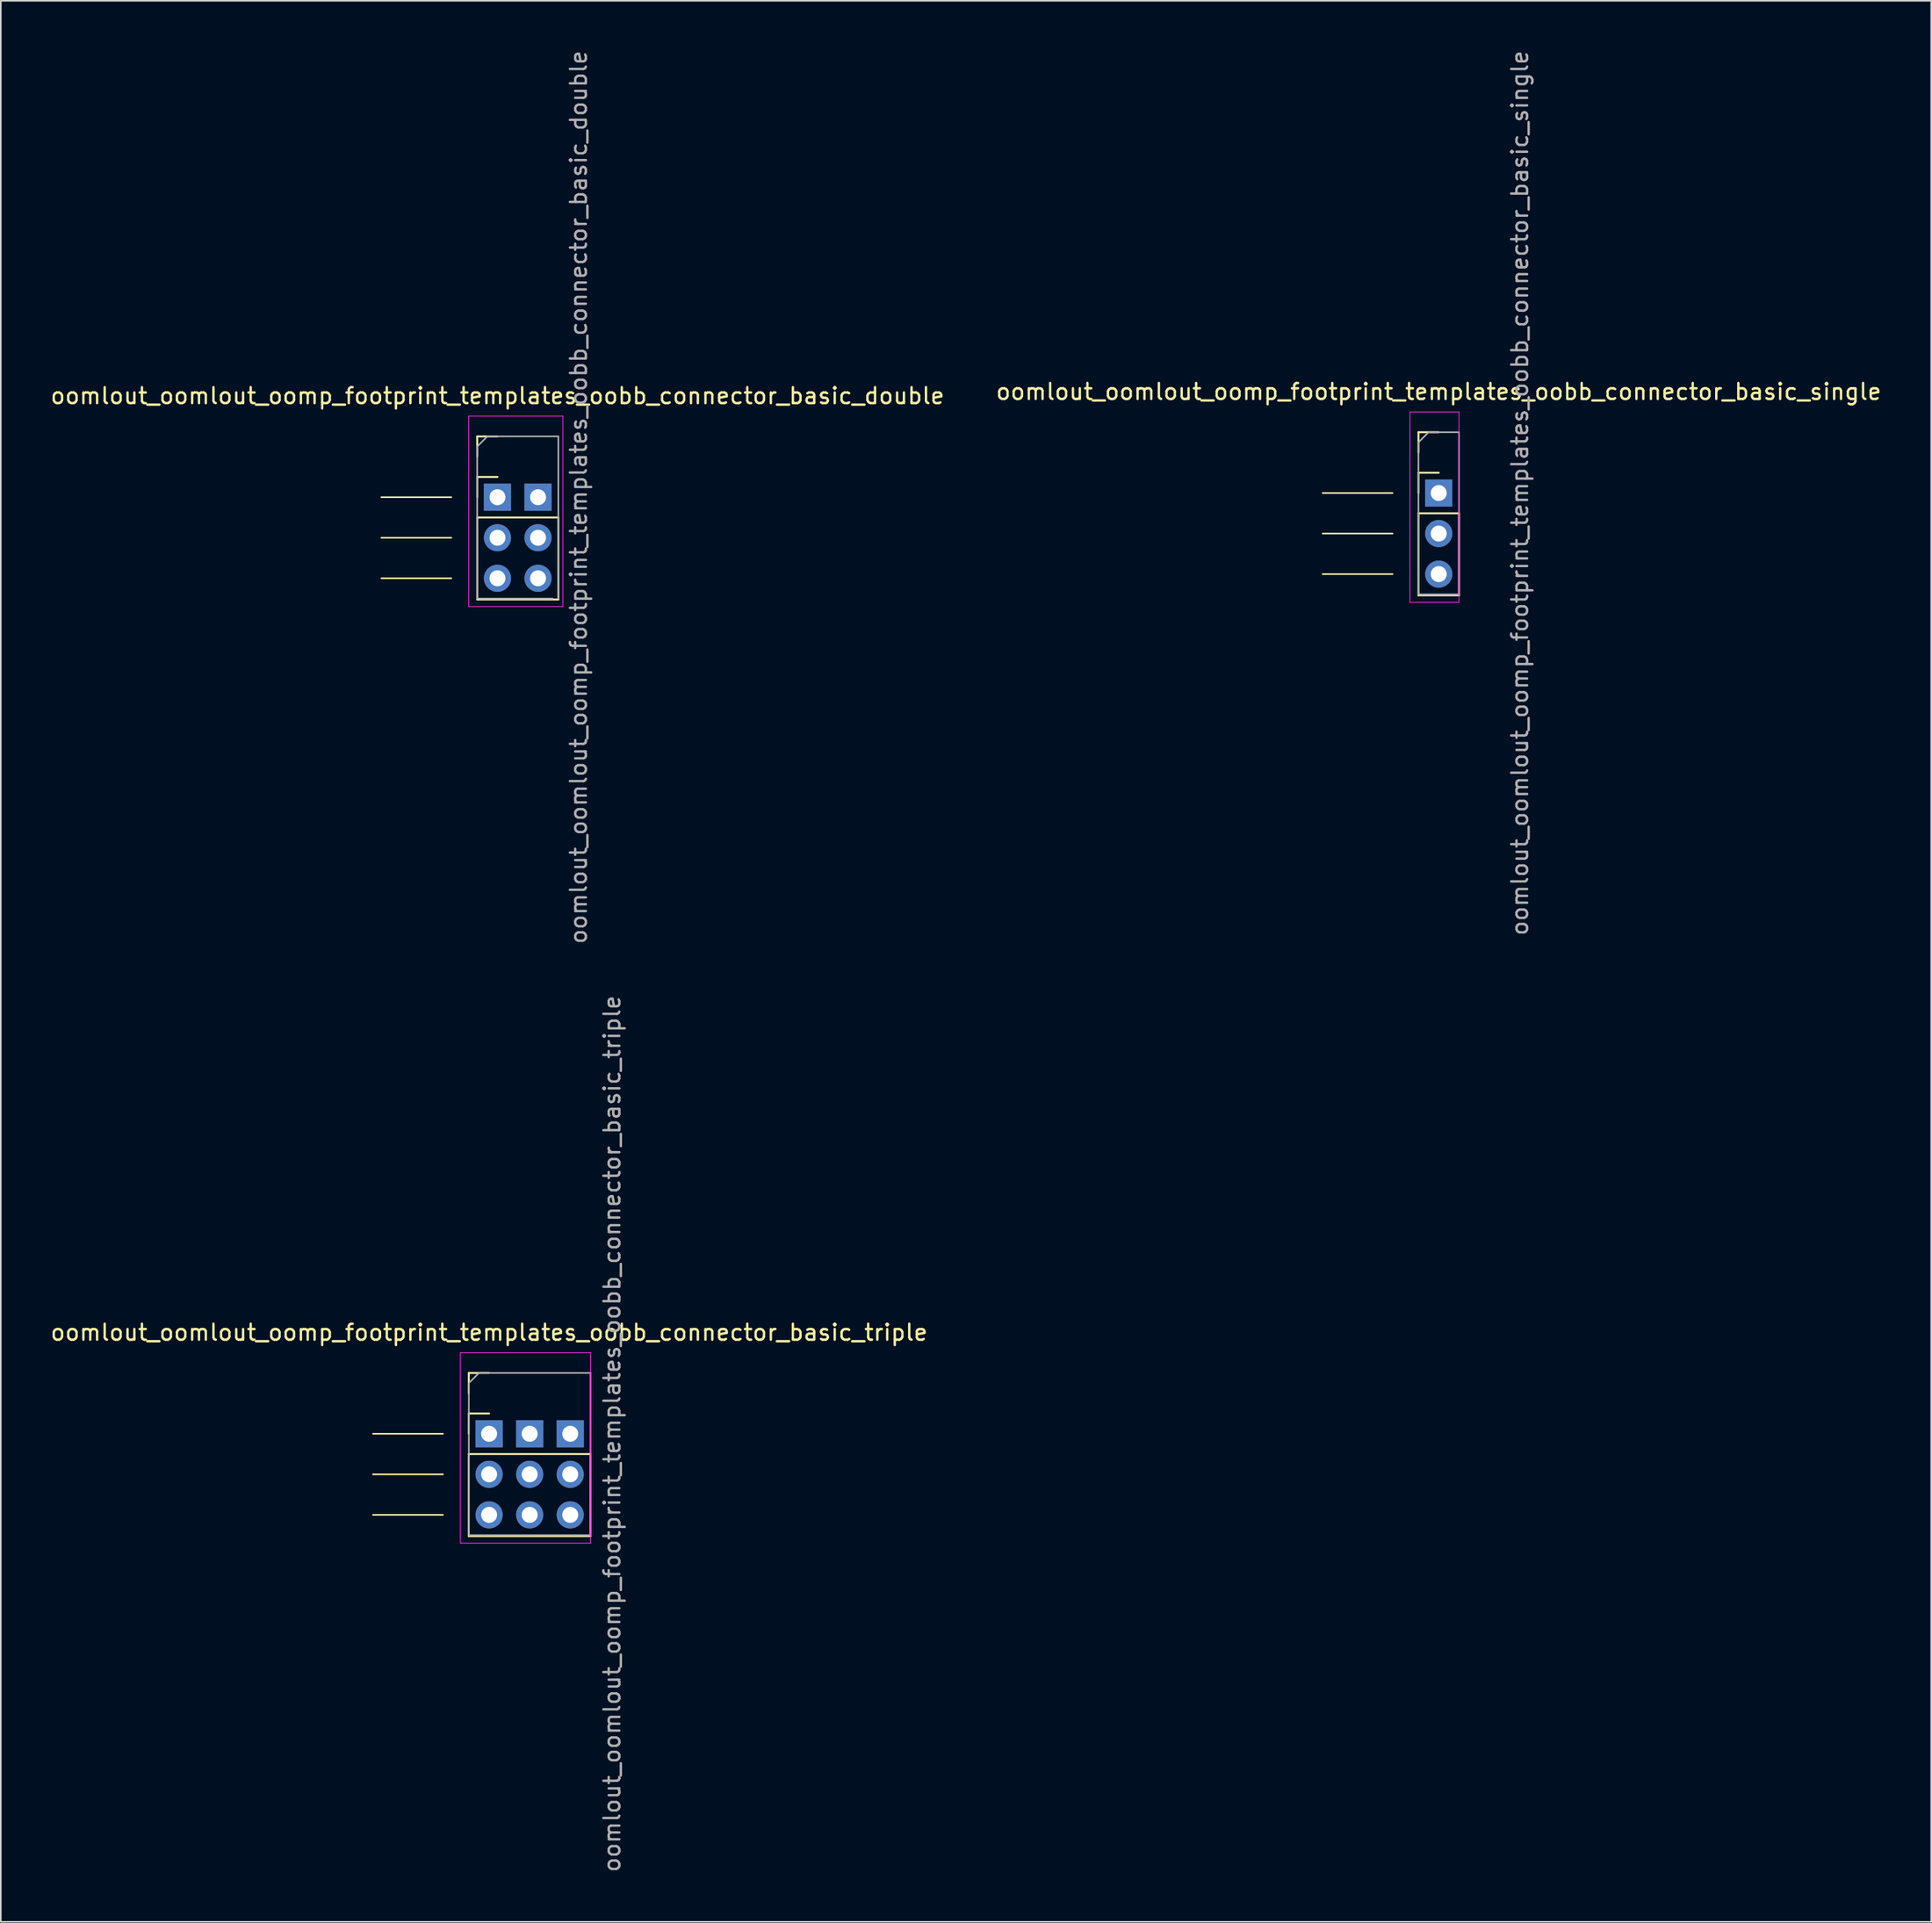
<source format=kicad_pcb>
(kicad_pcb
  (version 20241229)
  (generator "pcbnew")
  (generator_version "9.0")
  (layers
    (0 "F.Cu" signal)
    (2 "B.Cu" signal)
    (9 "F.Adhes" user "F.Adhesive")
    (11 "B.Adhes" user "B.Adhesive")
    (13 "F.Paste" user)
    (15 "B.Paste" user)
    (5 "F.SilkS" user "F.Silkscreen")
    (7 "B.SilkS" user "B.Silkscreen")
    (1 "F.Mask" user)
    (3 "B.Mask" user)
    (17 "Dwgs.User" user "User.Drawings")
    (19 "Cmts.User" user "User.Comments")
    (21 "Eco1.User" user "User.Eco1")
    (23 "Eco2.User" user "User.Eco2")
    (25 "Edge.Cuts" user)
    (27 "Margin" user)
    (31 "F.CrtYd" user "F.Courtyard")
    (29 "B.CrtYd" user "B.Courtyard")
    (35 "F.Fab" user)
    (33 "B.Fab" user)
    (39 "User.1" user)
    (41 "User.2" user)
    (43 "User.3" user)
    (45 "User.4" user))
  (footprint "oomlout_oomlout_oomp_footprint_templates_oobb_connector_basic_double"
    (layer "F.Cu")
    (at 28.101 28.101)
    (property "Reference" "oomlout_oomlout_oomp_footprint_templates_oobb_connector_basic_double" (at 0 -6.35 0) (layer "F.SilkS") (effects (font (size 1 1) (thickness 0.15))))
    (attr through_hole)
    (fp_line (start -2.89 0) (end -7.27 0) (stroke (width 0.1) (type default)) (layer "F.SilkS"))
    (fp_line (start -2.89 2.54) (end -7.27 2.54) (stroke (width 0.1) (type default)) (layer "F.SilkS"))
    (fp_line (start -2.89 5.08) (end -7.27 5.08) (stroke (width 0.1) (type default)) (layer "F.SilkS"))
    (fp_line (start -1.27 -3.81) (end 0 -3.81) (stroke (width 0.12) (type solid)) (layer "F.SilkS"))
    (fp_line (start -1.27 -2.54) (end -1.27 -3.81) (stroke (width 0.12) (type solid)) (layer "F.SilkS"))
    (fp_line (start -1.27 -1.27) (end 0 -1.27) (stroke (width 0.12) (type solid)) (layer "F.SilkS"))
    (fp_line (start -1.27 0) (end -1.27 -1.27) (stroke (width 0.12) (type solid)) (layer "F.SilkS"))
    (fp_line (start -1.27 1.27) (end -1.27 6.41) (stroke (width 0.12) (type solid)) (layer "F.SilkS"))
    (fp_line (start -1.27 6.41) (end 3.81 6.41) (stroke (width 0.12) (type solid)) (layer "F.SilkS"))
    (fp_line (start 3.81 1.27) (end -1.27 1.27) (stroke (width 0.12) (type solid)) (layer "F.SilkS"))
    (fp_line (start 3.81 1.27) (end 3.81 6.41) (stroke (width 0.12) (type solid)) (layer "F.SilkS"))
    (fp_line (start -1.8 -5.08) (end -1.8 6.85) (stroke (width 0.05) (type solid)) (layer "F.CrtYd"))
    (fp_line (start -1.8 6.85) (end 4.095 6.85) (stroke (width 0.05) (type solid)) (layer "F.CrtYd"))
    (fp_line (start 4.095 -5.08) (end -1.8 -5.08) (stroke (width 0.05) (type solid)) (layer "F.CrtYd"))
    (fp_line (start 4.095 6.85) (end 4.095 -5.08) (stroke (width 0.05) (type solid)) (layer "F.CrtYd"))
    (fp_line (start -1.27 -3.175) (end -0.635 -3.81) (stroke (width 0.1) (type solid)) (layer "F.Fab"))
    (fp_line (start -1.27 6.35) (end -1.27 -3.175) (stroke (width 0.1) (type solid)) (layer "F.Fab"))
    (fp_line (start -0.635 -3.81) (end 3.81 -3.81) (stroke (width 0.1) (type solid)) (layer "F.Fab"))
    (fp_line (start 3.46 6.35) (end -1.27 6.35) (stroke (width 0.1) (type solid)) (layer "F.Fab"))
    (fp_line (start 3.81 -3.81) (end 3.81 6.35) (stroke (width 0.1) (type solid)) (layer "F.Fab"))
    (fp_text user "${REFERENCE}" (at 5.08 0 90) (layer "F.Fab") (effects (font (size 1 1) (thickness 0.15))))
    (pad "1" thru_hole oval (at 0 5.08) (size 1.7 1.7) (drill 1) (layers "*.Cu" "*.Mask"))
    (pad "1" thru_hole oval (at 2.54 5.08) (size 1.7 1.7) (drill 1) (layers "*.Cu" "*.Mask"))
    (pad "2" thru_hole oval (at 0 2.54) (size 1.7 1.7) (drill 1) (layers "*.Cu" "*.Mask"))
    (pad "2" thru_hole oval (at 2.54 2.54) (size 1.7 1.7) (drill 1) (layers "*.Cu" "*.Mask"))
    (pad "3" thru_hole rect (at 0 0) (size 1.7 1.7) (drill 1) (layers "*.Cu" "*.Mask"))
    (pad "4" thru_hole rect (at 2.54 0) (size 1.7 1.7) (drill 1) (layers "*.Cu" "*.Mask")))
  (footprint "oomlout_oomlout_oomp_footprint_templates_oobb_connector_basic_single"
    (layer "F.Cu")
    (at 87.042 27.839)
    (property "Reference" "oomlout_oomlout_oomp_footprint_templates_oobb_connector_basic_single" (at 0 -6.35 0) (layer "F.SilkS") (effects (font (size 1 1) (thickness 0.15))))
    (attr through_hole)
    (fp_line (start -2.89 0) (end -7.27 0) (stroke (width 0.1) (type default)) (layer "F.SilkS"))
    (fp_line (start -2.89 2.54) (end -7.27 2.54) (stroke (width 0.1) (type default)) (layer "F.SilkS"))
    (fp_line (start -2.89 5.08) (end -7.27 5.08) (stroke (width 0.1) (type default)) (layer "F.SilkS"))
    (fp_line (start -1.27 -3.81) (end 0 -3.81) (stroke (width 0.12) (type solid)) (layer "F.SilkS"))
    (fp_line (start -1.27 -2.54) (end -1.27 -3.81) (stroke (width 0.12) (type solid)) (layer "F.SilkS"))
    (fp_line (start -1.27 -1.27) (end 0 -1.27) (stroke (width 0.12) (type solid)) (layer "F.SilkS"))
    (fp_line (start -1.27 0) (end -1.27 -1.27) (stroke (width 0.12) (type solid)) (layer "F.SilkS"))
    (fp_line (start -1.27 1.27) (end -1.27 6.41) (stroke (width 0.12) (type solid)) (layer "F.SilkS"))
    (fp_line (start -1.27 6.41) (end 1.27 6.41) (stroke (width 0.12) (type solid)) (layer "F.SilkS"))
    (fp_line (start 1.27 1.27) (end -1.27 1.27) (stroke (width 0.12) (type solid)) (layer "F.SilkS"))
    (fp_line (start 1.27 1.27) (end 1.27 6.41) (stroke (width 0.12) (type solid)) (layer "F.SilkS"))
    (fp_line (start -1.8 -5.08) (end -1.8 6.85) (stroke (width 0.05) (type solid)) (layer "F.CrtYd"))
    (fp_line (start -1.8 6.85) (end 1.27 6.85) (stroke (width 0.05) (type solid)) (layer "F.CrtYd"))
    (fp_line (start 1.27 -5.08) (end -1.8 -5.08) (stroke (width 0.05) (type solid)) (layer "F.CrtYd"))
    (fp_line (start 1.27 6.85) (end 1.27 -5.08) (stroke (width 0.05) (type solid)) (layer "F.CrtYd"))
    (fp_line (start -1.27 -3.175) (end -0.635 -3.81) (stroke (width 0.1) (type solid)) (layer "F.Fab"))
    (fp_line (start -1.27 6.35) (end -1.27 -3.175) (stroke (width 0.1) (type solid)) (layer "F.Fab"))
    (fp_line (start -0.635 -3.81) (end 1.27 -3.81) (stroke (width 0.1) (type solid)) (layer "F.Fab"))
    (fp_line (start 1.27 -3.81) (end 1.27 6.35) (stroke (width 0.1) (type solid)) (layer "F.Fab"))
    (fp_line (start 1.27 6.35) (end -1.27 6.35) (stroke (width 0.1) (type solid)) (layer "F.Fab"))
    (fp_text user "${REFERENCE}" (at 5.08 0 90) (layer "F.Fab") (effects (font (size 1 1) (thickness 0.15))))
    (pad "1" thru_hole oval (at 0 5.08) (size 1.7 1.7) (drill 1) (layers "*.Cu" "*.Mask"))
    (pad "2" thru_hole oval (at 0 2.54) (size 1.7 1.7) (drill 1) (layers "*.Cu" "*.Mask"))
    (pad "3" thru_hole rect (at 0 0) (size 1.7 1.7) (drill 1) (layers "*.Cu" "*.Mask")))
  (footprint "oomlout_oomlout_oomp_footprint_templates_oobb_connector_basic_triple"
    (layer "F.Cu")
    (at 27.577 86.78)
    (property "Reference" "oomlout_oomlout_oomp_footprint_templates_oobb_connector_basic_triple" (at 0 -6.35 0) (layer "F.SilkS") (effects (font (size 1 1) (thickness 0.15))))
    (attr through_hole)
    (fp_line (start -2.89 0) (end -7.27 0) (stroke (width 0.1) (type default)) (layer "F.SilkS"))
    (fp_line (start -2.89 2.54) (end -7.27 2.54) (stroke (width 0.1) (type default)) (layer "F.SilkS"))
    (fp_line (start -2.89 5.08) (end -7.27 5.08) (stroke (width 0.1) (type default)) (layer "F.SilkS"))
    (fp_line (start -1.27 -3.81) (end 0 -3.81) (stroke (width 0.12) (type solid)) (layer "F.SilkS"))
    (fp_line (start -1.27 -2.54) (end -1.27 -3.81) (stroke (width 0.12) (type solid)) (layer "F.SilkS"))
    (fp_line (start -1.27 -1.27) (end 0 -1.27) (stroke (width 0.12) (type solid)) (layer "F.SilkS"))
    (fp_line (start -1.27 0) (end -1.27 -1.27) (stroke (width 0.12) (type solid)) (layer "F.SilkS"))
    (fp_line (start -1.27 1.27) (end -1.27 6.41) (stroke (width 0.12) (type solid)) (layer "F.SilkS"))
    (fp_line (start -1.27 6.41) (end 6.35 6.41) (stroke (width 0.12) (type solid)) (layer "F.SilkS"))
    (fp_line (start 6.35 1.27) (end -1.27 1.27) (stroke (width 0.12) (type solid)) (layer "F.SilkS"))
    (fp_line (start 6.35 1.27) (end 6.35 6.41) (stroke (width 0.12) (type solid)) (layer "F.SilkS"))
    (fp_line (start -1.8 -5.08) (end -1.8 6.85) (stroke (width 0.05) (type solid)) (layer "F.CrtYd"))
    (fp_line (start -1.8 6.85) (end 6.35 6.85) (stroke (width 0.05) (type solid)) (layer "F.CrtYd"))
    (fp_line (start 6.35 -5.08) (end -1.8 -5.08) (stroke (width 0.05) (type solid)) (layer "F.CrtYd"))
    (fp_line (start 6.35 6.85) (end 6.35 -5.08) (stroke (width 0.05) (type solid)) (layer "F.CrtYd"))
    (fp_line (start -1.27 -3.175) (end -0.635 -3.81) (stroke (width 0.1) (type solid)) (layer "F.Fab"))
    (fp_line (start -1.27 6.35) (end -1.27 -3.175) (stroke (width 0.1) (type solid)) (layer "F.Fab"))
    (fp_line (start -0.635 -3.81) (end 6.35 -3.81) (stroke (width 0.1) (type solid)) (layer "F.Fab"))
    (fp_line (start 6.35 -3.81) (end 6.35 6.35) (stroke (width 0.1) (type solid)) (layer "F.Fab"))
    (fp_line (start 6.35 6.35) (end -1.27 6.35) (stroke (width 0.1) (type solid)) (layer "F.Fab"))
    (fp_text user "${REFERENCE}" (at 7.7 0 90) (layer "F.Fab") (effects (font (size 1 1) (thickness 0.15))))
    (pad "1" thru_hole oval (at 0 5.08) (size 1.7 1.7) (drill 1) (layers "*.Cu" "*.Mask"))
    (pad "1" thru_hole oval (at 2.54 5.08) (size 1.7 1.7) (drill 1) (layers "*.Cu" "*.Mask"))
    (pad "1" thru_hole oval (at 5.08 5.08) (size 1.7 1.7) (drill 1) (layers "*.Cu" "*.Mask"))
    (pad "2" thru_hole oval (at 0 2.54) (size 1.7 1.7) (drill 1) (layers "*.Cu" "*.Mask"))
    (pad "2" thru_hole oval (at 2.54 2.54) (size 1.7 1.7) (drill 1) (layers "*.Cu" "*.Mask"))
    (pad "2" thru_hole oval (at 5.08 2.54) (size 1.7 1.7) (drill 1) (layers "*.Cu" "*.Mask"))
    (pad "3" thru_hole rect (at 0 0) (size 1.7 1.7) (drill 1) (layers "*.Cu" "*.Mask"))
    (pad "4" thru_hole rect (at 2.54 0) (size 1.7 1.7) (drill 1) (layers "*.Cu" "*.Mask"))
    (pad "5" thru_hole rect (at 5.08 0) (size 1.7 1.7) (drill 1) (layers "*.Cu" "*.Mask")))
  (gr_rect
    (start -3 -3)
    (end 117.881 117.357)
    (stroke (width 0.1) (type default))
    (fill no)
    (layer "Edge.Cuts")))
</source>
